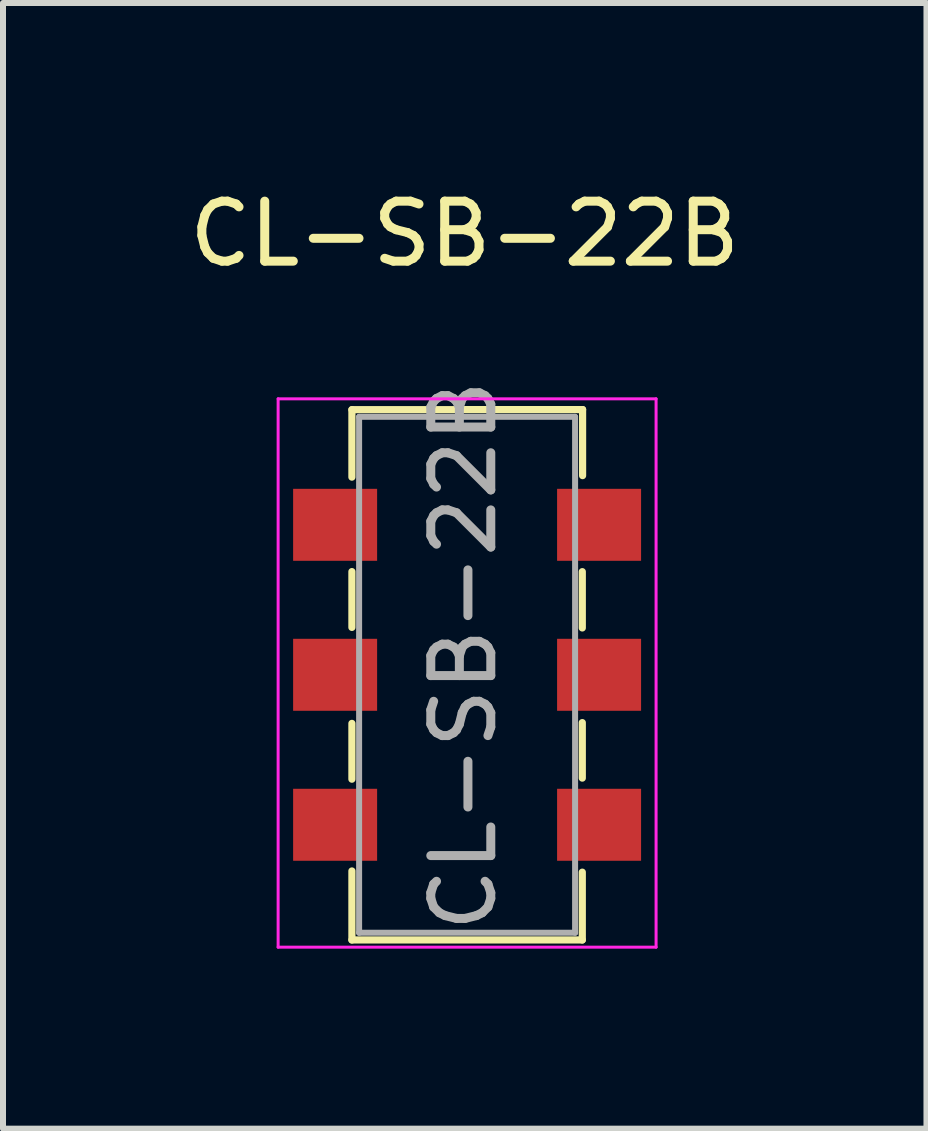
<source format=kicad_pcb>
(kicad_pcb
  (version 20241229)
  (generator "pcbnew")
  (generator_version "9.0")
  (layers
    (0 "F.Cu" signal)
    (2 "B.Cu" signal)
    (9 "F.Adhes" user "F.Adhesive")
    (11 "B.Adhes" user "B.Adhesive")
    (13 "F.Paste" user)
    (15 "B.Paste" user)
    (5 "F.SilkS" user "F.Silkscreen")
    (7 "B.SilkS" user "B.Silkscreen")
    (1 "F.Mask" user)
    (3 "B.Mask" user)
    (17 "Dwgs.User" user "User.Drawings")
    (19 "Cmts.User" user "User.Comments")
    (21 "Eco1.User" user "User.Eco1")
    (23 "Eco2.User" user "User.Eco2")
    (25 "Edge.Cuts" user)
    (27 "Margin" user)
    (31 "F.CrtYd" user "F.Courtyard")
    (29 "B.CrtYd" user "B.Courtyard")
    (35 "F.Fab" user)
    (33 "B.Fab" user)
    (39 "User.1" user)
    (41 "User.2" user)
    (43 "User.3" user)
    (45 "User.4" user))
  (footprint "CL-SB-22B"
    (layer "F.Cu")
    (at 4.686 8.208)
    (property "Reference" "CL-SB-22B" (at 0.01 -7.36 0) (unlocked yes) (layer "F.SilkS") (effects (font (size 1 1) (thickness 0.15))))
    (fp_line (start -1.87 -4.429) (end 1.975 -4.431) (stroke (width 0.12) (type solid)) (layer "F.SilkS"))
    (fp_line (start -1.87 -3.305) (end -1.87 -4.429) (stroke (width 0.12) (type solid)) (layer "F.SilkS"))
    (fp_line (start -1.87 -1.73) (end -1.87 -0.8) (stroke (width 0.12) (type solid)) (layer "F.SilkS"))
    (fp_line (start -1.87 0.8) (end -1.87 1.73) (stroke (width 0.12) (type solid)) (layer "F.SilkS"))
    (fp_line (start -1.87 3.26) (end -1.87 4.41) (stroke (width 0.12) (type solid)) (layer "F.SilkS"))
    (fp_line (start -1.87 4.41) (end 1.97 4.41) (stroke (width 0.12) (type solid)) (layer "F.SilkS"))
    (fp_line (start 1.97 -1.729) (end 1.97 -0.791) (stroke (width 0.12) (type solid)) (layer "F.SilkS"))
    (fp_line (start 1.97 0.787) (end 1.97 1.712) (stroke (width 0.12) (type solid)) (layer "F.SilkS"))
    (fp_line (start 1.97 4.41) (end 1.97 3.28) (stroke (width 0.12) (type solid)) (layer "F.SilkS"))
    (fp_line (start 1.975 -4.431) (end 1.975 -3.33) (stroke (width 0.12) (type solid)) (layer "F.SilkS"))
    (fp_line (start -3.1 -4.61) (end -3.1 4.53) (stroke (width 0.05) (type solid)) (layer "F.CrtYd"))
    (fp_line (start -3.1 4.53) (end 3.2 4.53) (stroke (width 0.05) (type solid)) (layer "F.CrtYd"))
    (fp_line (start 3.2 -4.61) (end -3.1 -4.61) (stroke (width 0.05) (type solid)) (layer "F.CrtYd"))
    (fp_line (start 3.2 4.53) (end 3.2 -4.61) (stroke (width 0.05) (type solid)) (layer "F.CrtYd"))
    (fp_line (start -1.75 -4.31) (end 1.85 -4.31) (stroke (width 0.1) (type solid)) (layer "F.Fab"))
    (fp_line (start -1.75 4.29) (end -1.75 -4.31) (stroke (width 0.1) (type solid)) (layer "F.Fab"))
    (fp_line (start 1.85 -4.31) (end 1.85 4.29) (stroke (width 0.1) (type solid)) (layer "F.Fab"))
    (fp_line (start 1.85 4.29) (end -1.75 4.29) (stroke (width 0.1) (type solid)) (layer "F.Fab"))
    (fp_text user "${REFERENCE}" (at -0.01 -0.33 90) (unlocked yes) (layer "F.Fab") (effects (font (size 1 1) (thickness 0.15))))
    (pad "1" smd rect (at -2.15 -2.51) (size 1.4 1.2) (layers "F.Cu" "F.Mask" "F.Paste"))
    (pad "2" smd rect (at -2.15 -0.01) (size 1.4 1.2) (layers "F.Cu" "F.Mask" "F.Paste"))
    (pad "3" smd rect (at -2.15 2.49) (size 1.4 1.2) (layers "F.Cu" "F.Mask" "F.Paste"))
    (pad "4" smd rect (at 2.25 -2.51) (size 1.4 1.2) (layers "F.Cu" "F.Mask" "F.Paste"))
    (pad "5" smd rect (at 2.25 -0.01) (size 1.4 1.2) (layers "F.Cu" "F.Mask" "F.Paste"))
    (pad "6" smd rect (at 2.25 2.49) (size 1.4 1.2) (layers "F.Cu" "F.Mask" "F.Paste")))
  (gr_rect
    (start -3 -3)
    (end 12.393 15.763)
    (stroke (width 0.1) (type default))
    (fill no)
    (layer "Edge.Cuts")))
</source>
